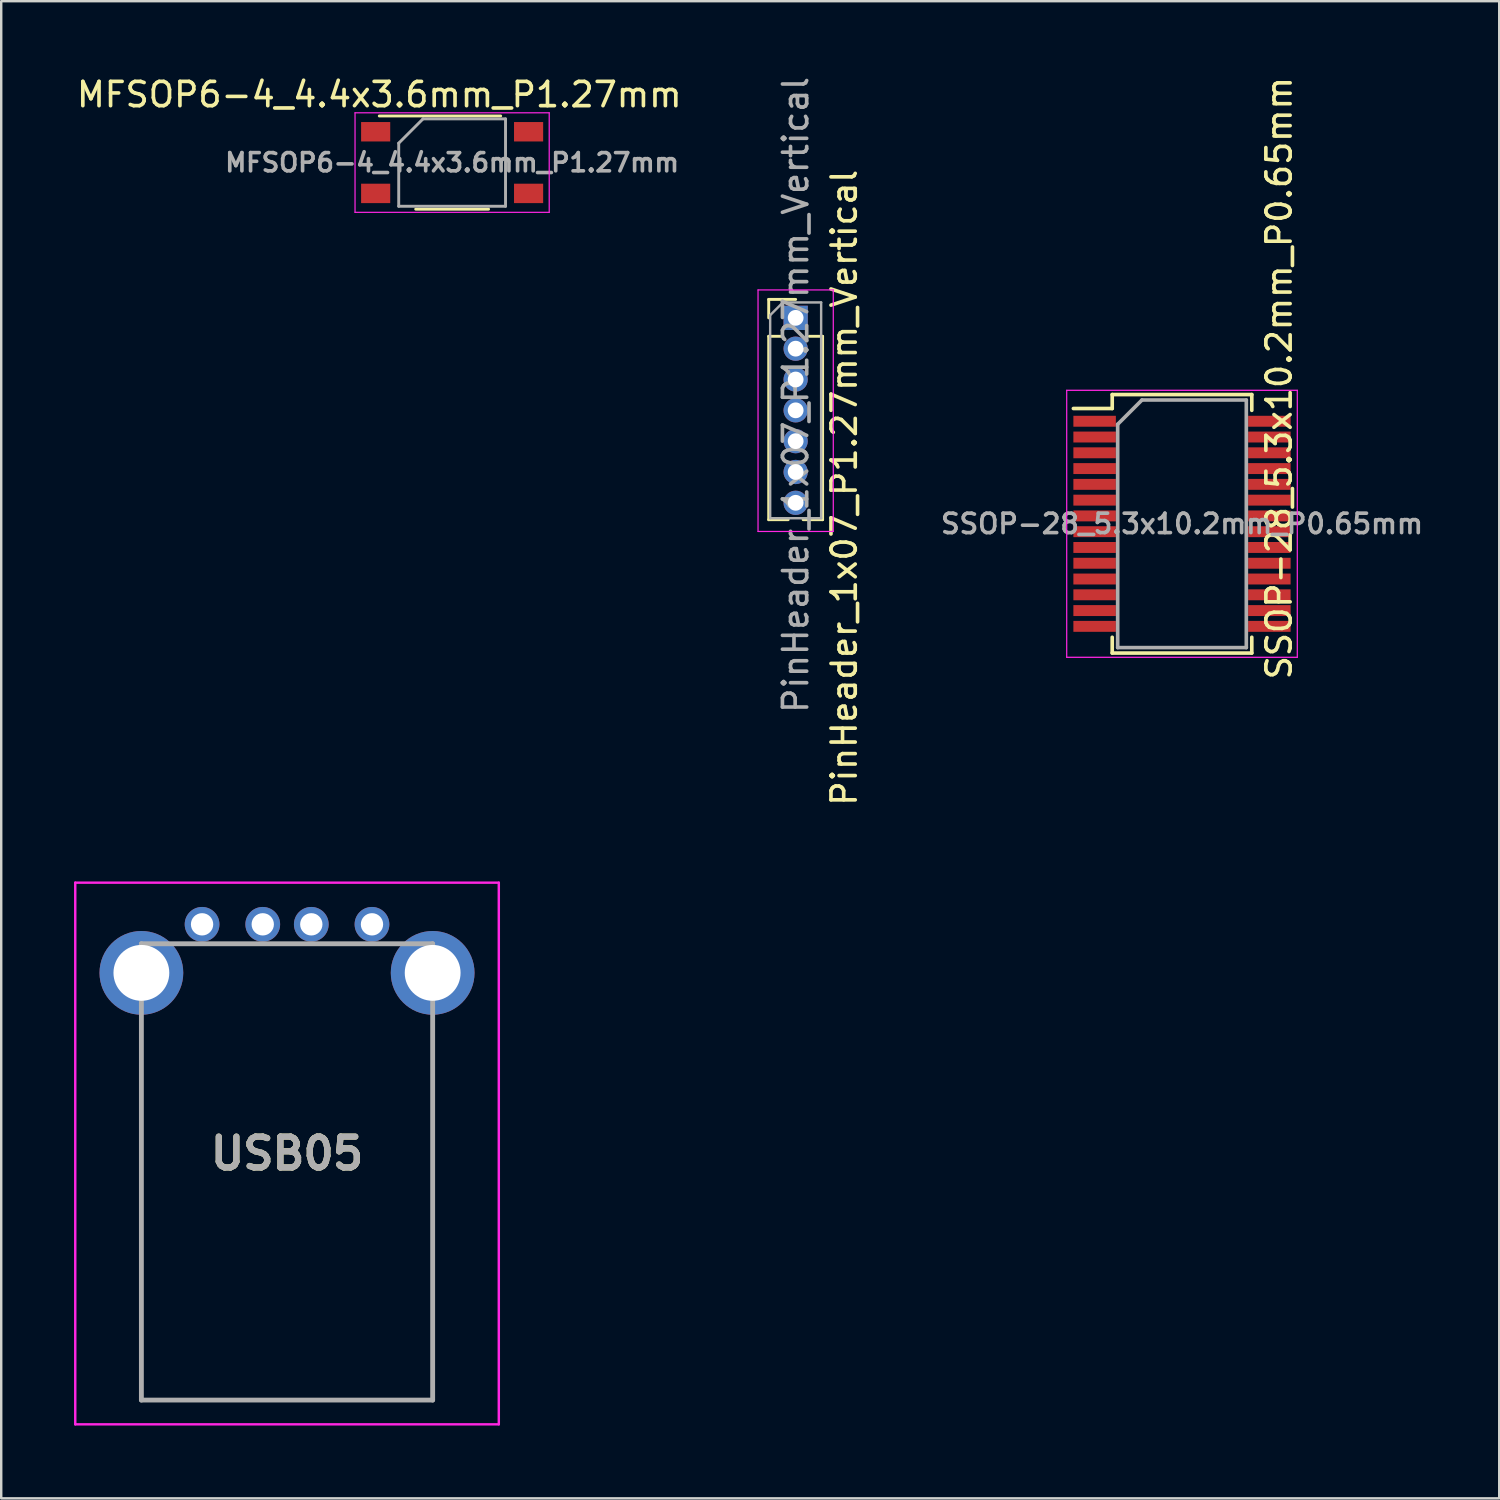
<source format=kicad_pcb>
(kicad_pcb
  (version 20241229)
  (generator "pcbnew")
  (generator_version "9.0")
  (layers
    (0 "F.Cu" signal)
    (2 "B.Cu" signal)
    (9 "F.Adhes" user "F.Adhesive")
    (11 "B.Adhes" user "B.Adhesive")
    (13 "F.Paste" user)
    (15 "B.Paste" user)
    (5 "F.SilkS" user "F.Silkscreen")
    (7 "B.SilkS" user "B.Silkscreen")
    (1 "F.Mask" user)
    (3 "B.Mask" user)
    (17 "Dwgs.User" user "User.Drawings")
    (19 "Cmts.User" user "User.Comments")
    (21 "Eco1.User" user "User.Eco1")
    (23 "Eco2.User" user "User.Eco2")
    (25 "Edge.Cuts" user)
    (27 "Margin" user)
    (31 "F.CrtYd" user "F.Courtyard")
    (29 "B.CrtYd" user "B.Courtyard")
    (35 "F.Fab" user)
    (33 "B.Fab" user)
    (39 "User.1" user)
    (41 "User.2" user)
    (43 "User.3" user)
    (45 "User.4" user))
  (footprint "MFSOP6-4_4.4x3.6mm_P1.27mm"
    (layer "F.Cu")
    (at 15.577 3.648)
    (property "Reference" "MFSOP6-4_4.4x3.6mm_P1.27mm" (at -3 -2.8 0) (layer "F.SilkS") (effects (font (size 1 1) (thickness 0.15))))
    (attr smd)
    (fp_line (start -3 -1.92) (end 2 -1.92) (stroke (width 0.12) (type solid)) (layer "F.SilkS"))
    (fp_line (start 1.5 1.92) (end -1.5 1.92) (stroke (width 0.12) (type solid)) (layer "F.SilkS"))
    (fp_line (start -4 -2.05) (end -4 2.05) (stroke (width 0.05) (type solid)) (layer "F.CrtYd"))
    (fp_line (start -4 -2.05) (end 4 -2.05) (stroke (width 0.05) (type solid)) (layer "F.CrtYd"))
    (fp_line (start 4 2.05) (end -4 2.05) (stroke (width 0.05) (type solid)) (layer "F.CrtYd"))
    (fp_line (start 4 2.05) (end 4 -2.05) (stroke (width 0.05) (type solid)) (layer "F.CrtYd"))
    (fp_line (start -2.2 -0.8) (end -2.2 1.8) (stroke (width 0.12) (type solid)) (layer "F.Fab"))
    (fp_line (start -2.2 1.8) (end 2.2 1.8) (stroke (width 0.12) (type solid)) (layer "F.Fab"))
    (fp_line (start -1.2 -1.8) (end -2.2 -0.8) (stroke (width 0.12) (type solid)) (layer "F.Fab"))
    (fp_line (start 2.2 -1.8) (end -1.2 -1.8) (stroke (width 0.12) (type solid)) (layer "F.Fab"))
    (fp_line (start 2.2 1.8) (end 2.2 -1.8) (stroke (width 0.12) (type solid)) (layer "F.Fab"))
    (fp_text user "${REFERENCE}" (at 0 0 0) (layer "F.Fab") (effects (font (size 0.75 0.75) (thickness 0.15))))
    (pad "1" smd rect (at -3.15 -1.27) (size 1.2 0.8) (layers "F.Cu" "F.Mask" "F.Paste"))
    (pad "3" smd rect (at -3.15 1.27) (size 1.2 0.8) (layers "F.Cu" "F.Mask" "F.Paste"))
    (pad "4" smd rect (at 3.15 1.27) (size 1.2 0.8) (layers "F.Cu" "F.Mask" "F.Paste"))
    (pad "6" smd rect (at 3.15 -1.27) (size 1.2 0.8) (layers "F.Cu" "F.Mask" "F.Paste")))
  (footprint "PinHeader_1x07_P1.27mm_Vertical"
    (layer "F.Cu")
    (at 29.73 10.045)
    (property "Reference" "PinHeader_1x07_P1.27mm_Vertical" (at 2 7 270) (layer "F.SilkS") (effects (font (size 1 1) (thickness 0.15))))
    (attr through_hole)
    (fp_line (start -1.11 -0.76) (end 0 -0.76) (stroke (width 0.12) (type solid)) (layer "F.SilkS"))
    (fp_line (start -1.11 0) (end -1.11 -0.76) (stroke (width 0.12) (type solid)) (layer "F.SilkS"))
    (fp_line (start -1.11 0.76) (end -1.11 8.315) (stroke (width 0.12) (type solid)) (layer "F.SilkS"))
    (fp_line (start -1.11 0.76) (end -0.563 0.76) (stroke (width 0.12) (type solid)) (layer "F.SilkS"))
    (fp_line (start -1.11 8.315) (end -0.308 8.315) (stroke (width 0.12) (type solid)) (layer "F.SilkS"))
    (fp_line (start 0.308 8.315) (end 1.11 8.315) (stroke (width 0.12) (type solid)) (layer "F.SilkS"))
    (fp_line (start 0.563 0.76) (end 1.11 0.76) (stroke (width 0.12) (type solid)) (layer "F.SilkS"))
    (fp_line (start 1.11 0.76) (end 1.11 8.315) (stroke (width 0.12) (type solid)) (layer "F.SilkS"))
    (fp_line (start -1.55 -1.15) (end -1.55 8.8) (stroke (width 0.05) (type solid)) (layer "F.CrtYd"))
    (fp_line (start -1.55 8.8) (end 1.55 8.8) (stroke (width 0.05) (type solid)) (layer "F.CrtYd"))
    (fp_line (start 1.55 -1.15) (end -1.55 -1.15) (stroke (width 0.05) (type solid)) (layer "F.CrtYd"))
    (fp_line (start 1.55 8.8) (end 1.55 -1.15) (stroke (width 0.05) (type solid)) (layer "F.CrtYd"))
    (fp_line (start -1.05 -0.11) (end -0.525 -0.635) (stroke (width 0.1) (type solid)) (layer "F.Fab"))
    (fp_line (start -1.05 8.255) (end -1.05 -0.11) (stroke (width 0.1) (type solid)) (layer "F.Fab"))
    (fp_line (start -0.525 -0.635) (end 1.05 -0.635) (stroke (width 0.1) (type solid)) (layer "F.Fab"))
    (fp_line (start 1.05 -0.635) (end 1.05 8.255) (stroke (width 0.1) (type solid)) (layer "F.Fab"))
    (fp_line (start 1.05 8.255) (end -1.05 8.255) (stroke (width 0.1) (type solid)) (layer "F.Fab"))
    (fp_text user "${REFERENCE}" (at 0 3.175 90) (layer "F.Fab") (effects (font (size 1 1) (thickness 0.15))))
    (pad "1" thru_hole rect (at 0 0) (size 1 1) (drill 0.65) (layers "*.Cu" "*.Mask"))
    (pad "2" thru_hole oval (at 0 1.27) (size 1 1) (drill 0.65) (layers "*.Cu" "*.Mask"))
    (pad "3" thru_hole oval (at 0 2.54) (size 1 1) (drill 0.65) (layers "*.Cu" "*.Mask"))
    (pad "4" thru_hole oval (at 0 3.81) (size 1 1) (drill 0.65) (layers "*.Cu" "*.Mask"))
    (pad "5" thru_hole oval (at 0 5.08) (size 1 1) (drill 0.65) (layers "*.Cu" "*.Mask"))
    (pad "6" thru_hole oval (at 0 6.35) (size 1 1) (drill 0.65) (layers "*.Cu" "*.Mask"))
    (pad "7" thru_hole oval (at 0 7.62) (size 1 1) (drill 0.65) (layers "*.Cu" "*.Mask")))
  (footprint "SSOP-28_5.3x10.2mm_P0.65mm"
    (layer "F.Cu")
    (at 45.647 18.53)
    (property "Reference" "SSOP-28_5.3x10.2mm_P0.65mm" (at 4 -6 270) (layer "F.SilkS") (effects (font (size 1 1) (thickness 0.15))))
    (attr smd)
    (fp_line (start -2.875 -5.325) (end -2.875 -4.75) (stroke (width 0.15) (type solid)) (layer "F.SilkS"))
    (fp_line (start -2.875 -5.325) (end 2.875 -5.325) (stroke (width 0.15) (type solid)) (layer "F.SilkS"))
    (fp_line (start -2.875 -4.75) (end -4.475 -4.75) (stroke (width 0.15) (type solid)) (layer "F.SilkS"))
    (fp_line (start -2.875 5.325) (end -2.875 4.675) (stroke (width 0.15) (type solid)) (layer "F.SilkS"))
    (fp_line (start -2.875 5.325) (end 2.875 5.325) (stroke (width 0.15) (type solid)) (layer "F.SilkS"))
    (fp_line (start 2.875 -5.325) (end 2.875 -4.675) (stroke (width 0.15) (type solid)) (layer "F.SilkS"))
    (fp_line (start 2.875 5.325) (end 2.875 4.675) (stroke (width 0.15) (type solid)) (layer "F.SilkS"))
    (fp_line (start -4.75 -5.5) (end -4.75 5.5) (stroke (width 0.05) (type solid)) (layer "F.CrtYd"))
    (fp_line (start -4.75 -5.5) (end 4.75 -5.5) (stroke (width 0.05) (type solid)) (layer "F.CrtYd"))
    (fp_line (start -4.75 5.5) (end 4.75 5.5) (stroke (width 0.05) (type solid)) (layer "F.CrtYd"))
    (fp_line (start 4.75 -5.5) (end 4.75 5.5) (stroke (width 0.05) (type solid)) (layer "F.CrtYd"))
    (fp_line (start -2.65 -4.1) (end -1.65 -5.1) (stroke (width 0.15) (type solid)) (layer "F.Fab"))
    (fp_line (start -2.65 5.1) (end -2.65 -4.1) (stroke (width 0.15) (type solid)) (layer "F.Fab"))
    (fp_line (start -1.65 -5.1) (end 2.65 -5.1) (stroke (width 0.15) (type solid)) (layer "F.Fab"))
    (fp_line (start 2.65 -5.1) (end 2.65 5.1) (stroke (width 0.15) (type solid)) (layer "F.Fab"))
    (fp_line (start 2.65 5.1) (end -2.65 5.1) (stroke (width 0.15) (type solid)) (layer "F.Fab"))
    (fp_text user "${REFERENCE}" (at 0 0 180) (layer "F.Fab") (effects (font (size 0.8 0.8) (thickness 0.15))))
    (pad "1" smd rect (at -3.6 -4.225) (size 1.75 0.45) (layers "F.Cu" "F.Mask" "F.Paste"))
    (pad "2" smd rect (at -3.6 -3.575) (size 1.75 0.45) (layers "F.Cu" "F.Mask" "F.Paste"))
    (pad "3" smd rect (at -3.6 -2.925) (size 1.75 0.45) (layers "F.Cu" "F.Mask" "F.Paste"))
    (pad "4" smd rect (at -3.6 -2.275) (size 1.75 0.45) (layers "F.Cu" "F.Mask" "F.Paste"))
    (pad "5" smd rect (at -3.6 -1.625) (size 1.75 0.45) (layers "F.Cu" "F.Mask" "F.Paste"))
    (pad "6" smd rect (at -3.6 -0.975) (size 1.75 0.45) (layers "F.Cu" "F.Mask" "F.Paste"))
    (pad "7" smd rect (at -3.6 -0.325) (size 1.75 0.45) (layers "F.Cu" "F.Mask" "F.Paste"))
    (pad "8" smd rect (at -3.6 0.325) (size 1.75 0.45) (layers "F.Cu" "F.Mask" "F.Paste"))
    (pad "9" smd rect (at -3.6 0.975) (size 1.75 0.45) (layers "F.Cu" "F.Mask" "F.Paste"))
    (pad "10" smd rect (at -3.6 1.625) (size 1.75 0.45) (layers "F.Cu" "F.Mask" "F.Paste"))
    (pad "11" smd rect (at -3.6 2.275) (size 1.75 0.45) (layers "F.Cu" "F.Mask" "F.Paste"))
    (pad "12" smd rect (at -3.6 2.925) (size 1.75 0.45) (layers "F.Cu" "F.Mask" "F.Paste"))
    (pad "13" smd rect (at -3.6 3.575) (size 1.75 0.45) (layers "F.Cu" "F.Mask" "F.Paste"))
    (pad "14" smd rect (at -3.6 4.225) (size 1.75 0.45) (layers "F.Cu" "F.Mask" "F.Paste"))
    (pad "15" smd rect (at 3.6 4.225) (size 1.75 0.45) (layers "F.Cu" "F.Mask" "F.Paste"))
    (pad "16" smd rect (at 3.6 3.575) (size 1.75 0.45) (layers "F.Cu" "F.Mask" "F.Paste"))
    (pad "17" smd rect (at 3.6 2.925) (size 1.75 0.45) (layers "F.Cu" "F.Mask" "F.Paste"))
    (pad "18" smd rect (at 3.6 2.275) (size 1.75 0.45) (layers "F.Cu" "F.Mask" "F.Paste"))
    (pad "19" smd rect (at 3.6 1.625) (size 1.75 0.45) (layers "F.Cu" "F.Mask" "F.Paste"))
    (pad "20" smd rect (at 3.6 0.975) (size 1.75 0.45) (layers "F.Cu" "F.Mask" "F.Paste"))
    (pad "21" smd rect (at 3.6 0.325) (size 1.75 0.45) (layers "F.Cu" "F.Mask" "F.Paste"))
    (pad "22" smd rect (at 3.6 -0.325) (size 1.75 0.45) (layers "F.Cu" "F.Mask" "F.Paste"))
    (pad "23" smd rect (at 3.6 -0.975) (size 1.75 0.45) (layers "F.Cu" "F.Mask" "F.Paste"))
    (pad "24" smd rect (at 3.6 -1.625) (size 1.75 0.45) (layers "F.Cu" "F.Mask" "F.Paste"))
    (pad "25" smd rect (at 3.6 -2.275) (size 1.75 0.45) (layers "F.Cu" "F.Mask" "F.Paste"))
    (pad "26" smd rect (at 3.6 -2.925) (size 1.75 0.45) (layers "F.Cu" "F.Mask" "F.Paste"))
    (pad "27" smd rect (at 3.6 -3.575) (size 1.75 0.45) (layers "F.Cu" "F.Mask" "F.Paste"))
    (pad "28" smd rect (at 3.6 -4.225) (size 1.75 0.45) (layers "F.Cu" "F.Mask" "F.Paste")))
  (footprint "USB05"
    (layer "F.Cu")
    (at 5.275 35.031)
    (property "Reference" "USB05" (at 3.5 9.442 180) (layer "F.SilkS") (effects (font (size 1.27 1.27) (thickness 0.254))))
    (attr through_hole)
    (fp_line (start -2.5 4.54) (end -2.5 19.6) (stroke (width 0.1) (type solid)) (layer "F.SilkS"))
    (fp_line (start -2.5 19.6) (end 9.5 19.6) (stroke (width 0.1) (type solid)) (layer "F.SilkS"))
    (fp_line (start 9.5 19.6) (end 9.5 4.54) (stroke (width 0.1) (type solid)) (layer "F.SilkS"))
    (fp_line (start -5.225 -1.716) (end 12.225 -1.716) (stroke (width 0.1) (type solid)) (layer "F.CrtYd"))
    (fp_line (start -5.225 20.6) (end -5.225 -1.716) (stroke (width 0.1) (type solid)) (layer "F.CrtYd"))
    (fp_line (start 12.225 -1.716) (end 12.225 20.6) (stroke (width 0.1) (type solid)) (layer "F.CrtYd"))
    (fp_line (start 12.225 20.6) (end -5.225 20.6) (stroke (width 0.1) (type solid)) (layer "F.CrtYd"))
    (fp_line (start -2.5 0.8) (end 9.5 0.8) (stroke (width 0.2) (type solid)) (layer "F.Fab"))
    (fp_line (start -2.5 19.6) (end -2.5 0.8) (stroke (width 0.2) (type solid)) (layer "F.Fab"))
    (fp_line (start 9.5 0.8) (end 9.5 19.6) (stroke (width 0.2) (type solid)) (layer "F.Fab"))
    (fp_line (start 9.5 19.6) (end -2.5 19.6) (stroke (width 0.2) (type solid)) (layer "F.Fab"))
    (fp_text user "${REFERENCE}" (at 3.5 9.442 180) (layer "F.Fab") (effects (font (size 1.27 1.27) (thickness 0.254))))
    (pad "" np_thru_hole circle (at 1.25 2) (size 0.001 0.001) (drill 1.5) (layers "*.Cu" "*.Mask"))
    (pad "" np_thru_hole circle (at 5.75 2) (size 0.001 0.001) (drill 1.5) (layers "*.Cu" "*.Mask"))
    (pad "1" thru_hole circle (at 0 0) (size 1.431 1.431) (drill 0.92) (layers "*.Cu" "*.Mask"))
    (pad "2" thru_hole circle (at 2.5 0) (size 1.431 1.431) (drill 0.92) (layers "*.Cu" "*.Mask"))
    (pad "3" thru_hole circle (at 4.5 0) (size 1.431 1.431) (drill 0.92) (layers "*.Cu" "*.Mask"))
    (pad "4" thru_hole circle (at 7 0) (size 1.431 1.431) (drill 0.92) (layers "*.Cu" "*.Mask"))
    (pad "5" thru_hole circle (at -2.5 2) (size 3.45 3.45) (drill 2.3) (layers "*.Cu" "*.Mask"))
    (pad "6" thru_hole circle (at 9.5 2) (size 3.45 3.45) (drill 2.3) (layers "*.Cu" "*.Mask")))
  (gr_rect
    (start -3 -3)
    (end 58.716 58.681)
    (stroke (width 0.1) (type default))
    (fill no)
    (layer "Edge.Cuts")))
</source>
